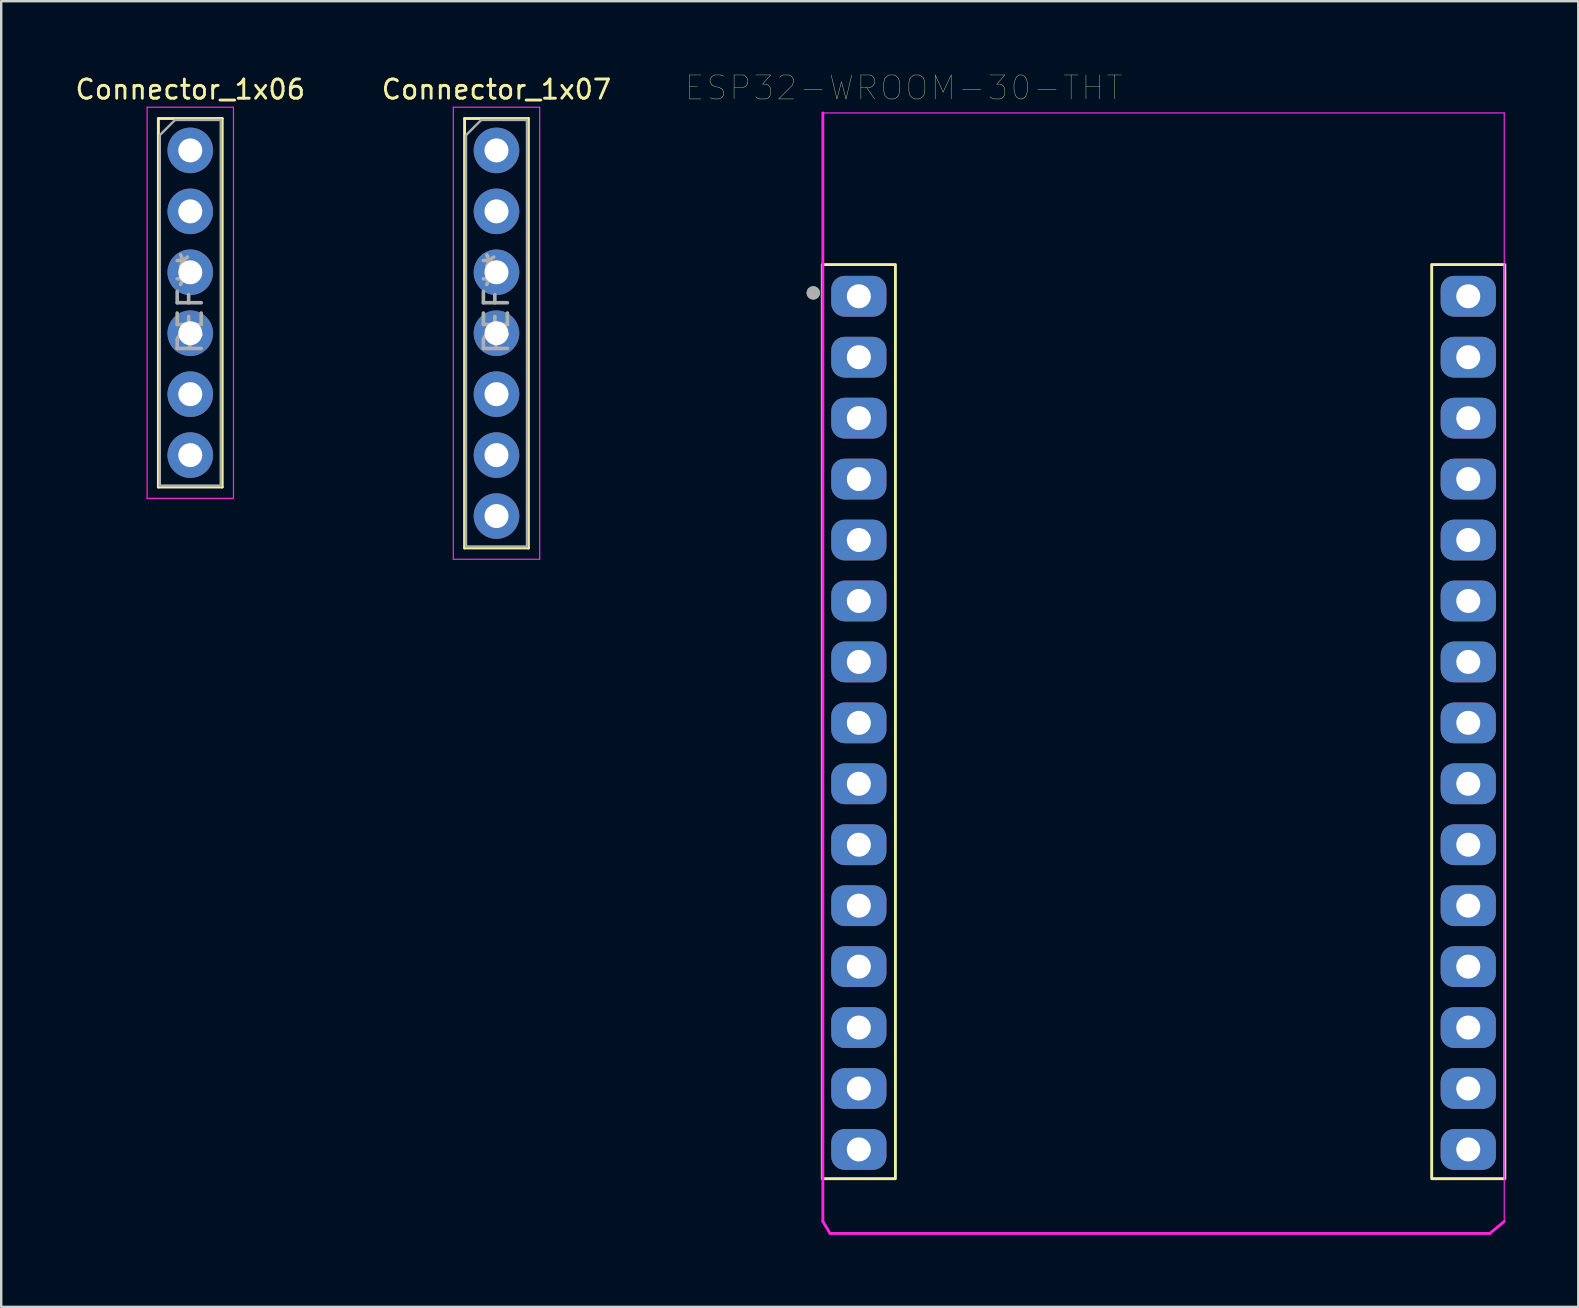
<source format=kicad_pcb>
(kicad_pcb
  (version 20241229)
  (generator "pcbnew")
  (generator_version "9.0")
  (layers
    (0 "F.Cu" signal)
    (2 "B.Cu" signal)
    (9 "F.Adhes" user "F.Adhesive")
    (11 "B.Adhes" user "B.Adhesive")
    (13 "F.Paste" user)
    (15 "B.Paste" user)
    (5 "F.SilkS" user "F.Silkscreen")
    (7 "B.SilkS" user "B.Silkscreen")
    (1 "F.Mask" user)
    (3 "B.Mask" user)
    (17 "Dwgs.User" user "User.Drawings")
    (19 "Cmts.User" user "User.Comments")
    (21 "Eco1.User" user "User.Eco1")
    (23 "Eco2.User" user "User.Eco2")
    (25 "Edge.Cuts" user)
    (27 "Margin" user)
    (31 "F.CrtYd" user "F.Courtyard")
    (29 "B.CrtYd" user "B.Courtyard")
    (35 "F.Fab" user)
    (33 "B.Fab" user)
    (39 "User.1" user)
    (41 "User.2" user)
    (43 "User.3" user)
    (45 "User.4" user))
  (footprint "Connector_1x06"
    (layer "F.Cu")
    (at 4.881 3.219)
    (property "Reference" "Connector_1x06" (at 0 -2.54 0) (layer "F.SilkS") (effects (font (size 0.8 0.8) (thickness 0.12))))
    (attr through_hole)
    (fp_line (start -1.33 -1.33) (end -1.33 14.03) (stroke (width 0.12) (type solid)) (layer "F.SilkS"))
    (fp_line (start -1.33 -1.33) (end 1.33 -1.33) (stroke (width 0.12) (type solid)) (layer "F.SilkS"))
    (fp_line (start -1.33 14.03) (end 1.33 14.03) (stroke (width 0.12) (type solid)) (layer "F.SilkS"))
    (fp_line (start 1.33 -1.33) (end 1.33 14.03) (stroke (width 0.12) (type solid)) (layer "F.SilkS"))
    (fp_line (start -1.8 -1.8) (end -1.8 14.5) (stroke (width 0.05) (type solid)) (layer "F.CrtYd"))
    (fp_line (start -1.8 14.5) (end 1.8 14.5) (stroke (width 0.05) (type solid)) (layer "F.CrtYd"))
    (fp_line (start 1.8 -1.8) (end -1.8 -1.8) (stroke (width 0.05) (type solid)) (layer "F.CrtYd"))
    (fp_line (start 1.8 14.5) (end 1.8 -1.8) (stroke (width 0.05) (type solid)) (layer "F.CrtYd"))
    (fp_line (start -1.27 -0.635) (end -0.635 -1.27) (stroke (width 0.1) (type solid)) (layer "F.Fab"))
    (fp_line (start -1.27 13.97) (end -1.27 -0.635) (stroke (width 0.1) (type solid)) (layer "F.Fab"))
    (fp_line (start -0.635 -1.27) (end 1.27 -1.27) (stroke (width 0.1) (type solid)) (layer "F.Fab"))
    (fp_line (start 1.27 -1.27) (end 1.27 13.97) (stroke (width 0.1) (type solid)) (layer "F.Fab"))
    (fp_line (start 1.27 13.97) (end -1.27 13.97) (stroke (width 0.1) (type solid)) (layer "F.Fab"))
    (fp_text user "REF**" (at 0 6.35 90) (layer "F.Fab") (effects (font (size 1 1) (thickness 0.15))))
    (pad "1" thru_hole circle (at 0 0) (size 1.9 1.9) (drill 1) (layers "*.Cu" "*.Mask"))
    (pad "2" thru_hole circle (at 0 2.54) (size 1.9 1.9) (drill 1) (layers "*.Cu" "*.Mask"))
    (pad "3" thru_hole circle (at 0 5.08) (size 1.9 1.9) (drill 1) (layers "*.Cu" "*.Mask"))
    (pad "4" thru_hole circle (at 0 7.62) (size 1.9 1.9) (drill 1) (layers "*.Cu" "*.Mask"))
    (pad "5" thru_hole circle (at 0 10.16) (size 1.9 1.9) (drill 1) (layers "*.Cu" "*.Mask"))
    (pad "6" thru_hole circle (at 0 12.7) (size 1.9 1.9) (drill 1) (layers "*.Cu" "*.Mask")))
  (footprint "ESP32-WROOM-30-THT"
    (layer "F.Cu")
    (at 45.446 29.058)
    (property "Reference" "ESP32-WROOM-30-THT" (at -10.829 -28.446 0) (layer "F.SilkS") (effects (font (size 1 1) (thickness 0.015))))
    (attr through_hole)
    (fp_rect (start -11.176 17.018) (end -14.224 -21.082) (stroke (width 0.12) (type solid)) (fill no) (layer "F.SilkS"))
    (fp_rect (start 14.224 -21.082) (end 11.176 17.018) (stroke (width 0.12) (type solid)) (fill no) (layer "F.SilkS"))
    (fp_line (start -14.2 -27.4) (end -14.2 18.8) (stroke (width 0.12) (type solid)) (layer "F.CrtYd"))
    (fp_line (start -14.2 -27.4) (end 14.2 -27.4) (stroke (width 0.05) (type solid)) (layer "F.CrtYd"))
    (fp_line (start -14.2 18.8) (end -13.9 19.3) (stroke (width 0.12) (type solid)) (layer "F.CrtYd"))
    (fp_line (start -13.9 19.3) (end 13.6 19.3) (stroke (width 0.12) (type solid)) (layer "F.CrtYd"))
    (fp_line (start 13.6 19.3) (end 14.2 18.8) (stroke (width 0.12) (type solid)) (layer "F.CrtYd"))
    (fp_line (start 14.2 18.8) (end 14.2 -27.4) (stroke (width 0.05) (type solid)) (layer "F.CrtYd"))
    (fp_circle (center -14.6 -19.9) (end -14.46 -19.9) (stroke (width 0.28) (type solid)) (fill no) (layer "F.Fab"))
    (fp_circle (center -14.6 -19.9) (end -14.46 -19.9) (stroke (width 0.28) (type solid)) (fill no) (layer "F.Fab"))
    (pad "1" thru_hole roundrect (at -12.7 -19.76) (size 2.3 1.7) (drill 1) (layers "*.Cu" "*.Mask") (roundrect_rratio 0.328))
    (pad "2" thru_hole roundrect (at -12.7 -17.22) (size 2.3 1.7) (drill 1) (layers "*.Cu" "*.Mask") (roundrect_rratio 0.328))
    (pad "3" thru_hole roundrect (at -12.7 -14.68) (size 2.3 1.7) (drill 1) (layers "*.Cu" "*.Mask") (roundrect_rratio 0.328))
    (pad "4" thru_hole roundrect (at -12.7 -12.14) (size 2.3 1.7) (drill 1) (layers "*.Cu" "*.Mask") (roundrect_rratio 0.328))
    (pad "5" thru_hole roundrect (at -12.7 -9.6) (size 2.3 1.7) (drill 1) (layers "*.Cu" "*.Mask") (roundrect_rratio 0.328))
    (pad "6" thru_hole roundrect (at -12.7 -7.06) (size 2.3 1.7) (drill 1) (layers "*.Cu" "*.Mask") (roundrect_rratio 0.328))
    (pad "7" thru_hole roundrect (at -12.7 -4.52) (size 2.3 1.7) (drill 1) (layers "*.Cu" "*.Mask") (roundrect_rratio 0.328))
    (pad "8" thru_hole roundrect (at -12.7 -1.98) (size 2.3 1.7) (drill 1) (layers "*.Cu" "*.Mask") (roundrect_rratio 0.328))
    (pad "9" thru_hole roundrect (at -12.7 0.56) (size 2.3 1.7) (drill 1) (layers "*.Cu" "*.Mask") (roundrect_rratio 0.328))
    (pad "10" thru_hole roundrect (at -12.7 3.1) (size 2.3 1.7) (drill 1) (layers "*.Cu" "*.Mask") (roundrect_rratio 0.328))
    (pad "11" thru_hole roundrect (at -12.7 5.64) (size 2.3 1.7) (drill 1) (layers "*.Cu" "*.Mask") (roundrect_rratio 0.328))
    (pad "12" thru_hole roundrect (at -12.7 8.18) (size 2.3 1.7) (drill 1) (layers "*.Cu" "*.Mask") (roundrect_rratio 0.328))
    (pad "13" thru_hole roundrect (at -12.7 10.72) (size 2.3 1.7) (drill 1) (layers "*.Cu" "*.Mask") (roundrect_rratio 0.328))
    (pad "14" thru_hole roundrect (at -12.7 13.26) (size 2.3 1.7) (drill 1) (layers "*.Cu" "*.Mask") (roundrect_rratio 0.328))
    (pad "15" thru_hole roundrect (at -12.7 15.8) (size 2.3 1.7) (drill 1) (layers "*.Cu" "*.Mask") (roundrect_rratio 0.328))
    (pad "16" thru_hole roundrect (at 12.7 15.8) (size 2.3 1.7) (drill 1) (layers "*.Cu" "*.Mask") (roundrect_rratio 0.328))
    (pad "17" thru_hole roundrect (at 12.7 13.26) (size 2.3 1.7) (drill 1) (layers "*.Cu" "*.Mask") (roundrect_rratio 0.328))
    (pad "18" thru_hole roundrect (at 12.7 10.72) (size 2.3 1.7) (drill 1) (layers "*.Cu" "*.Mask") (roundrect_rratio 0.328))
    (pad "19" thru_hole roundrect (at 12.7 8.18) (size 2.3 1.7) (drill 1) (layers "*.Cu" "*.Mask") (roundrect_rratio 0.328))
    (pad "20" thru_hole roundrect (at 12.7 5.64) (size 2.3 1.7) (drill 1) (layers "*.Cu" "*.Mask") (roundrect_rratio 0.328))
    (pad "21" thru_hole roundrect (at 12.7 3.1) (size 2.3 1.7) (drill 1) (layers "*.Cu" "*.Mask") (roundrect_rratio 0.328))
    (pad "22" thru_hole roundrect (at 12.7 0.56) (size 2.3 1.7) (drill 1) (layers "*.Cu" "*.Mask") (roundrect_rratio 0.328))
    (pad "23" thru_hole roundrect (at 12.7 -1.98) (size 2.3 1.7) (drill 1) (layers "*.Cu" "*.Mask") (roundrect_rratio 0.328))
    (pad "24" thru_hole roundrect (at 12.7 -4.52) (size 2.3 1.7) (drill 1) (layers "*.Cu" "*.Mask") (roundrect_rratio 0.328))
    (pad "25" thru_hole roundrect (at 12.7 -7.06) (size 2.3 1.7) (drill 1) (layers "*.Cu" "*.Mask") (roundrect_rratio 0.328))
    (pad "26" thru_hole roundrect (at 12.7 -9.6) (size 2.3 1.7) (drill 1) (layers "*.Cu" "*.Mask") (roundrect_rratio 0.328))
    (pad "27" thru_hole roundrect (at 12.7 -12.14) (size 2.3 1.7) (drill 1) (layers "*.Cu" "*.Mask") (roundrect_rratio 0.328))
    (pad "28" thru_hole roundrect (at 12.7 -14.68) (size 2.3 1.7) (drill 1) (layers "*.Cu" "*.Mask") (roundrect_rratio 0.328))
    (pad "29" thru_hole roundrect (at 12.7 -17.22) (size 2.3 1.7) (drill 1) (layers "*.Cu" "*.Mask") (roundrect_rratio 0.328))
    (pad "30" thru_hole roundrect (at 12.7 -19.76) (size 2.3 1.7) (drill 1) (layers "*.Cu" "*.Mask") (roundrect_rratio 0.328)))
  (footprint "Connector_1x07"
    (layer "F.Cu")
    (at 17.643 3.219)
    (property "Reference" "Connector_1x07" (at 0 -2.54 0) (layer "F.SilkS") (effects (font (size 0.8 0.8) (thickness 0.12))))
    (attr through_hole)
    (fp_line (start -1.33 -1.33) (end -1.33 16.57) (stroke (width 0.12) (type solid)) (layer "F.SilkS"))
    (fp_line (start -1.33 -1.33) (end 1.33 -1.33) (stroke (width 0.12) (type solid)) (layer "F.SilkS"))
    (fp_line (start -1.33 16.57) (end 1.33 16.57) (stroke (width 0.12) (type solid)) (layer "F.SilkS"))
    (fp_line (start 1.33 -1.33) (end 1.33 16.57) (stroke (width 0.12) (type solid)) (layer "F.SilkS"))
    (fp_line (start -1.8 -1.8) (end -1.8 17.04) (stroke (width 0.05) (type solid)) (layer "F.CrtYd"))
    (fp_line (start -1.8 17.04) (end 1.8 17.04) (stroke (width 0.05) (type solid)) (layer "F.CrtYd"))
    (fp_line (start 1.8 -1.8) (end -1.8 -1.8) (stroke (width 0.05) (type solid)) (layer "F.CrtYd"))
    (fp_line (start 1.8 17.04) (end 1.8 -1.8) (stroke (width 0.05) (type solid)) (layer "F.CrtYd"))
    (fp_line (start -1.27 -0.635) (end -0.635 -1.27) (stroke (width 0.1) (type solid)) (layer "F.Fab"))
    (fp_line (start -1.27 16.51) (end -1.27 -0.635) (stroke (width 0.1) (type solid)) (layer "F.Fab"))
    (fp_line (start -0.635 -1.27) (end 1.27 -1.27) (stroke (width 0.1) (type solid)) (layer "F.Fab"))
    (fp_line (start 1.27 -1.27) (end 1.27 16.51) (stroke (width 0.1) (type solid)) (layer "F.Fab"))
    (fp_line (start 1.27 16.51) (end -1.27 16.51) (stroke (width 0.1) (type solid)) (layer "F.Fab"))
    (fp_text user "REF**" (at 0 6.35 90) (layer "F.Fab") (effects (font (size 1 1) (thickness 0.15))))
    (pad "1" thru_hole circle (at 0 0) (size 1.9 1.9) (drill 1) (layers "*.Cu" "*.Mask"))
    (pad "2" thru_hole circle (at 0 2.54) (size 1.9 1.9) (drill 1) (layers "*.Cu" "*.Mask"))
    (pad "3" thru_hole circle (at 0 5.08) (size 1.9 1.9) (drill 1) (layers "*.Cu" "*.Mask"))
    (pad "4" thru_hole circle (at 0 7.62) (size 1.9 1.9) (drill 1) (layers "*.Cu" "*.Mask"))
    (pad "5" thru_hole circle (at 0 10.16) (size 1.9 1.9) (drill 1) (layers "*.Cu" "*.Mask"))
    (pad "6" thru_hole circle (at 0 12.7) (size 1.9 1.9) (drill 1) (layers "*.Cu" "*.Mask"))
    (pad "7" thru_hole circle (at 0 15.24) (size 1.9 1.9) (drill 1) (layers "*.Cu" "*.Mask")))
  (gr_rect
    (start -3 -3)
    (end 62.73 51.418)
    (stroke (width 0.1) (type default))
    (fill no)
    (layer "Edge.Cuts")))
</source>
